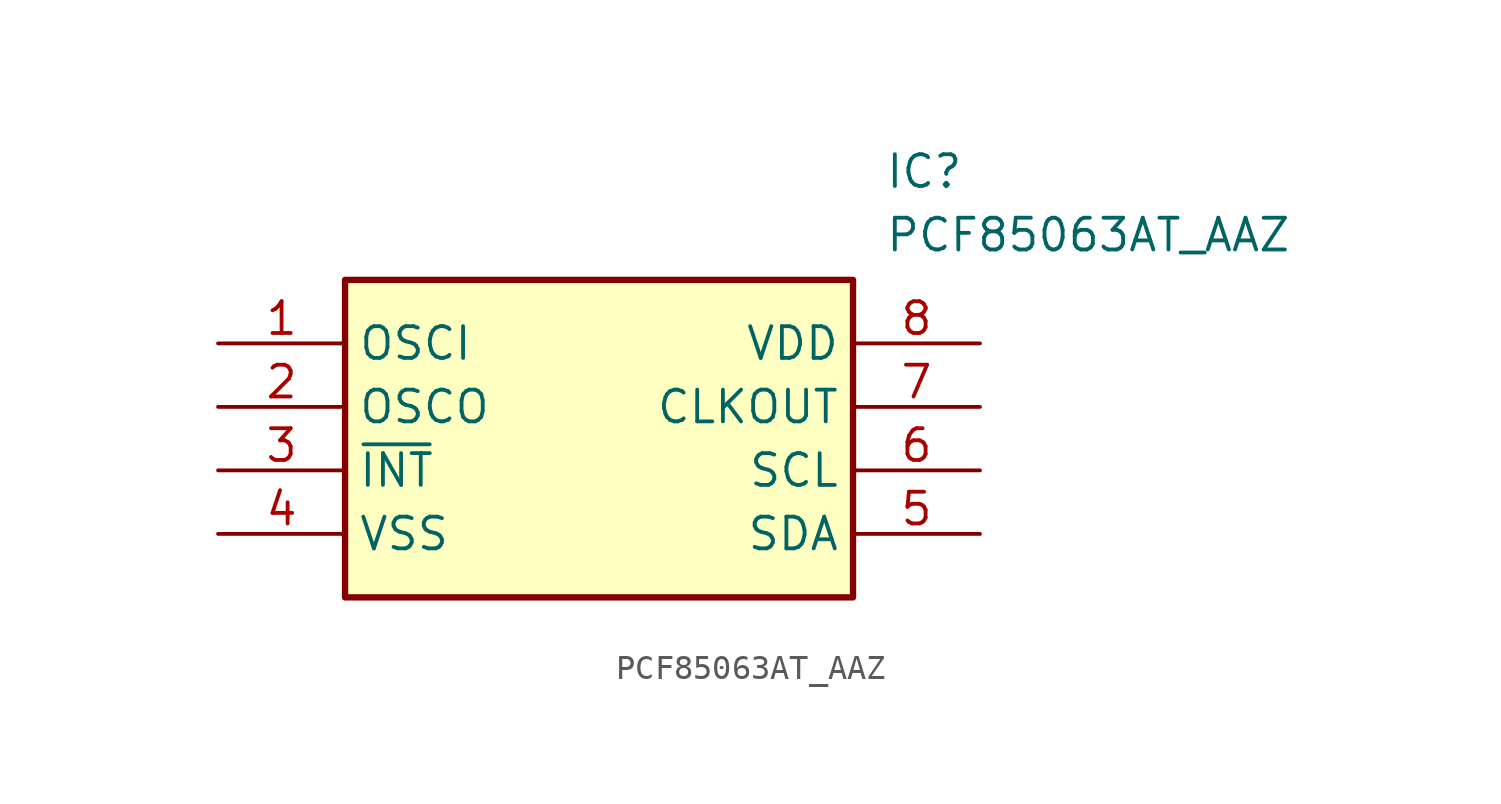
<source format=kicad_sym>
(kicad_symbol_lib
  (version 20211014)
  (generator SamacSys_ECAD_Model)
  (symbol "PCF85063AT_AAZ"
    (property "Reference" "IC"
      (at 26.67 7.62 0)
      (effects (font (size 1.27 1.27)) (justify left top)))
    (property "Value" "PCF85063AT_AAZ"
      (at 26.67 5.08 0)
      (effects (font (size 1.27 1.27)) (justify left top)))
    (rectangle
      (start 5.08 2.54)
      (end 25.4 -10.16)
      (stroke (width 0.254) (type default))
      (fill (type background)))
    (pin passive line
      (at 0 0 0)
      (length 5.08)
      (name "OSCI" (effects (font (size 1.27 1.27))))
      (number "1" (effects (font (size 1.27 1.27)))))
    (pin passive line
      (at 0 -2.54 0)
      (length 5.08)
      (name "OSCO" (effects (font (size 1.27 1.27))))
      (number "2" (effects (font (size 1.27 1.27)))))
    (pin passive line
      (at 0 -5.08 0)
      (length 5.08)
      (name "~{INT}" (effects (font (size 1.27 1.27))))
      (number "3" (effects (font (size 1.27 1.27)))))
    (pin passive line
      (at 0 -7.62 0)
      (length 5.08)
      (name "VSS" (effects (font (size 1.27 1.27))))
      (number "4" (effects (font (size 1.27 1.27)))))
    (pin passive line
      (at 30.48 0 180)
      (length 5.08)
      (name "VDD" (effects (font (size 1.27 1.27))))
      (number "8" (effects (font (size 1.27 1.27)))))
    (pin passive line
      (at 30.48 -2.54 180)
      (length 5.08)
      (name "CLKOUT" (effects (font (size 1.27 1.27))))
      (number "7" (effects (font (size 1.27 1.27)))))
    (pin passive line
      (at 30.48 -5.08 180)
      (length 5.08)
      (name "SCL" (effects (font (size 1.27 1.27))))
      (number "6" (effects (font (size 1.27 1.27)))))
    (pin passive line
      (at 30.48 -7.62 180)
      (length 5.08)
      (name "SDA" (effects (font (size 1.27 1.27))))
      (number "5" (effects (font (size 1.27 1.27)))))))
</source>
